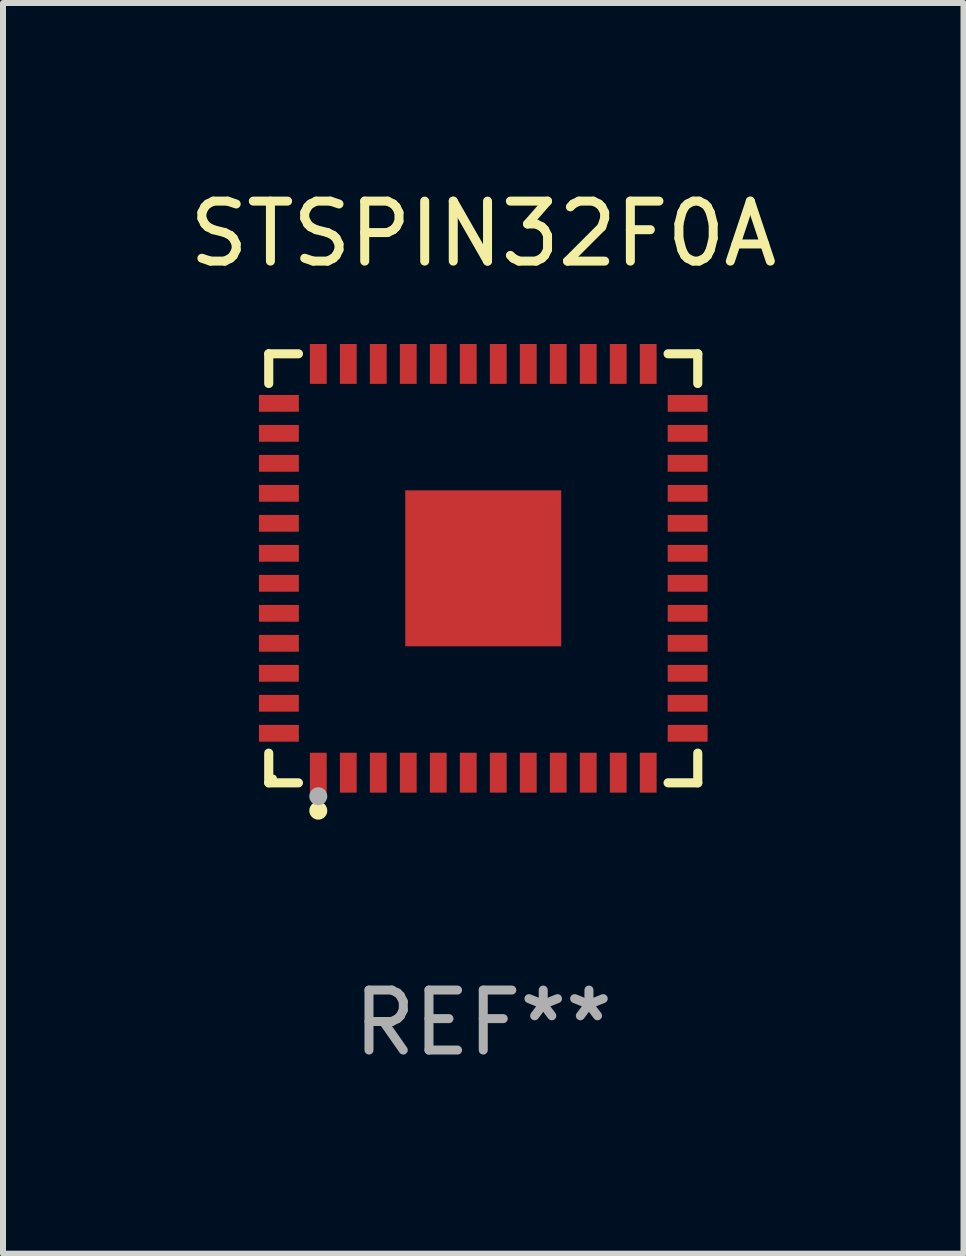
<source format=kicad_pcb>
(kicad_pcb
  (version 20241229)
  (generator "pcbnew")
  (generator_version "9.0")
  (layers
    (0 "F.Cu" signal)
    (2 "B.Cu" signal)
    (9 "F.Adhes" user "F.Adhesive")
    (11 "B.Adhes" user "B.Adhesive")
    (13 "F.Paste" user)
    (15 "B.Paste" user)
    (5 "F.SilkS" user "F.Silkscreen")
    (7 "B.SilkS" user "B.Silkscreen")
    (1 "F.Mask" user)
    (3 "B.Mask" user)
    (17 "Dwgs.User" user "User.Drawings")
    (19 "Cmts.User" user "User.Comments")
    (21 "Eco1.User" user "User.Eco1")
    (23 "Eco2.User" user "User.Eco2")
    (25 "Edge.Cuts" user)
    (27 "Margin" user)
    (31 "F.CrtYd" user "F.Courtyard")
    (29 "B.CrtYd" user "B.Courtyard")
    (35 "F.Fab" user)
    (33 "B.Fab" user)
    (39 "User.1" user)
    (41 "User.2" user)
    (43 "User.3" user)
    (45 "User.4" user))
  (footprint "STSPIN32F0A"
    (layer "F.Cu")
    (at 5.006 6.424)
    (property "Reference" "STSPIN32F0A" (at 0 -5.576 0) (layer "F.SilkS") (effects (font (size 1 1) (thickness 0.15))))
    (attr through_hole)
    (fp_line (start -3.576 -3.576) (end -3.081 -3.576) (stroke (width 0.152) (type solid)) (layer "F.SilkS"))
    (fp_line (start -3.576 -3.081) (end -3.576 -3.576) (stroke (width 0.152) (type solid)) (layer "F.SilkS"))
    (fp_line (start -3.576 3.081) (end -3.576 3.576) (stroke (width 0.152) (type solid)) (layer "F.SilkS"))
    (fp_line (start -3.576 3.576) (end -3.081 3.576) (stroke (width 0.152) (type solid)) (layer "F.SilkS"))
    (fp_line (start 3.576 -3.576) (end 3.081 -3.576) (stroke (width 0.152) (type solid)) (layer "F.SilkS"))
    (fp_line (start 3.576 -3.081) (end 3.576 -3.576) (stroke (width 0.152) (type solid)) (layer "F.SilkS"))
    (fp_line (start 3.576 3.081) (end 3.576 3.576) (stroke (width 0.152) (type solid)) (layer "F.SilkS"))
    (fp_line (start 3.576 3.576) (end 3.081 3.576) (stroke (width 0.152) (type solid)) (layer "F.SilkS"))
    (fp_circle (center -3.5 3.5) (end -3.47 3.5) (stroke (width 0.06) (type solid)) (fill no) (layer "F.SilkS"))
    (fp_circle (center -2.75 4.04) (end -2.675 4.04) (stroke (width 0.15) (type solid)) (fill no) (layer "F.SilkS"))
    (fp_circle (center -2.75 3.8) (end -2.675 3.8) (stroke (width 0.15) (type solid)) (fill no) (layer "F.Fab"))
    (fp_text user "REF**" (at 0 7.576 0) (layer "F.Fab") (effects (font (size 1 1) (thickness 0.15))))
    (pad "1" smd rect (at -2.75 3.407) (size 0.28 0.665) (layers "F.Cu" "F.Mask" "F.Paste"))
    (pad "2" smd rect (at -2.25 3.407) (size 0.28 0.665) (layers "F.Cu" "F.Mask" "F.Paste"))
    (pad "3" smd rect (at -1.75 3.407) (size 0.28 0.665) (layers "F.Cu" "F.Mask" "F.Paste"))
    (pad "4" smd rect (at -1.25 3.407) (size 0.28 0.665) (layers "F.Cu" "F.Mask" "F.Paste"))
    (pad "5" smd rect (at -0.75 3.407) (size 0.28 0.665) (layers "F.Cu" "F.Mask" "F.Paste"))
    (pad "6" smd rect (at -0.25 3.407) (size 0.28 0.665) (layers "F.Cu" "F.Mask" "F.Paste"))
    (pad "7" smd rect (at 0.25 3.407) (size 0.28 0.665) (layers "F.Cu" "F.Mask" "F.Paste"))
    (pad "8" smd rect (at 0.75 3.407) (size 0.28 0.665) (layers "F.Cu" "F.Mask" "F.Paste"))
    (pad "9" smd rect (at 1.25 3.407) (size 0.28 0.665) (layers "F.Cu" "F.Mask" "F.Paste"))
    (pad "10" smd rect (at 1.75 3.407) (size 0.28 0.665) (layers "F.Cu" "F.Mask" "F.Paste"))
    (pad "11" smd rect (at 2.25 3.407) (size 0.28 0.665) (layers "F.Cu" "F.Mask" "F.Paste"))
    (pad "12" smd rect (at 2.75 3.407) (size 0.28 0.665) (layers "F.Cu" "F.Mask" "F.Paste"))
    (pad "13" smd rect (at 3.407 2.75) (size 0.665 0.28) (layers "F.Cu" "F.Mask" "F.Paste"))
    (pad "14" smd rect (at 3.407 2.25) (size 0.665 0.28) (layers "F.Cu" "F.Mask" "F.Paste"))
    (pad "15" smd rect (at 3.407 1.75) (size 0.665 0.28) (layers "F.Cu" "F.Mask" "F.Paste"))
    (pad "16" smd rect (at 3.407 1.25) (size 0.665 0.28) (layers "F.Cu" "F.Mask" "F.Paste"))
    (pad "17" smd rect (at 3.407 0.75) (size 0.665 0.28) (layers "F.Cu" "F.Mask" "F.Paste"))
    (pad "18" smd rect (at 3.407 0.25) (size 0.665 0.28) (layers "F.Cu" "F.Mask" "F.Paste"))
    (pad "19" smd rect (at 3.407 -0.25) (size 0.665 0.28) (layers "F.Cu" "F.Mask" "F.Paste"))
    (pad "20" smd rect (at 3.407 -0.75) (size 0.665 0.28) (layers "F.Cu" "F.Mask" "F.Paste"))
    (pad "21" smd rect (at 3.407 -1.25) (size 0.665 0.28) (layers "F.Cu" "F.Mask" "F.Paste"))
    (pad "22" smd rect (at 3.407 -1.75) (size 0.665 0.28) (layers "F.Cu" "F.Mask" "F.Paste"))
    (pad "23" smd rect (at 3.407 -2.25) (size 0.665 0.28) (layers "F.Cu" "F.Mask" "F.Paste"))
    (pad "24" smd rect (at 3.407 -2.75) (size 0.665 0.28) (layers "F.Cu" "F.Mask" "F.Paste"))
    (pad "25" smd rect (at 2.75 -3.407) (size 0.28 0.665) (layers "F.Cu" "F.Mask" "F.Paste"))
    (pad "26" smd rect (at 2.25 -3.407) (size 0.28 0.665) (layers "F.Cu" "F.Mask" "F.Paste"))
    (pad "27" smd rect (at 1.75 -3.407) (size 0.28 0.665) (layers "F.Cu" "F.Mask" "F.Paste"))
    (pad "28" smd rect (at 1.25 -3.407) (size 0.28 0.665) (layers "F.Cu" "F.Mask" "F.Paste"))
    (pad "29" smd rect (at 0.75 -3.407) (size 0.28 0.665) (layers "F.Cu" "F.Mask" "F.Paste"))
    (pad "30" smd rect (at 0.25 -3.407) (size 0.28 0.665) (layers "F.Cu" "F.Mask" "F.Paste"))
    (pad "31" smd rect (at -0.25 -3.407) (size 0.28 0.665) (layers "F.Cu" "F.Mask" "F.Paste"))
    (pad "32" smd rect (at -0.75 -3.407) (size 0.28 0.665) (layers "F.Cu" "F.Mask" "F.Paste"))
    (pad "33" smd rect (at -1.25 -3.407) (size 0.28 0.665) (layers "F.Cu" "F.Mask" "F.Paste"))
    (pad "34" smd rect (at -1.75 -3.407) (size 0.28 0.665) (layers "F.Cu" "F.Mask" "F.Paste"))
    (pad "35" smd rect (at -2.25 -3.407) (size 0.28 0.665) (layers "F.Cu" "F.Mask" "F.Paste"))
    (pad "36" smd rect (at -2.75 -3.407) (size 0.28 0.665) (layers "F.Cu" "F.Mask" "F.Paste"))
    (pad "37" smd rect (at -3.407 -2.75) (size 0.665 0.28) (layers "F.Cu" "F.Mask" "F.Paste"))
    (pad "38" smd rect (at -3.407 -2.25) (size 0.665 0.28) (layers "F.Cu" "F.Mask" "F.Paste"))
    (pad "39" smd rect (at -3.407 -1.75) (size 0.665 0.28) (layers "F.Cu" "F.Mask" "F.Paste"))
    (pad "40" smd rect (at -3.407 -1.25) (size 0.665 0.28) (layers "F.Cu" "F.Mask" "F.Paste"))
    (pad "41" smd rect (at -3.407 -0.75) (size 0.665 0.28) (layers "F.Cu" "F.Mask" "F.Paste"))
    (pad "42" smd rect (at -3.407 -0.25) (size 0.665 0.28) (layers "F.Cu" "F.Mask" "F.Paste"))
    (pad "43" smd rect (at -3.407 0.25) (size 0.665 0.28) (layers "F.Cu" "F.Mask" "F.Paste"))
    (pad "44" smd rect (at -3.407 0.75) (size 0.665 0.28) (layers "F.Cu" "F.Mask" "F.Paste"))
    (pad "45" smd rect (at -3.407 1.25) (size 0.665 0.28) (layers "F.Cu" "F.Mask" "F.Paste"))
    (pad "46" smd rect (at -3.407 1.75) (size 0.665 0.28) (layers "F.Cu" "F.Mask" "F.Paste"))
    (pad "47" smd rect (at -3.407 2.25) (size 0.665 0.28) (layers "F.Cu" "F.Mask" "F.Paste"))
    (pad "48" smd rect (at -3.407 2.75) (size 0.665 0.28) (layers "F.Cu" "F.Mask" "F.Paste"))
    (pad "49" smd rect (at 0 0) (size 2.6 2.6) (layers "F.Cu" "F.Mask" "F.Paste")))
  (gr_rect
    (start -3 -3)
    (end 13.012 17.849)
    (stroke (width 0.1) (type default))
    (fill no)
    (layer "Edge.Cuts")))
</source>
